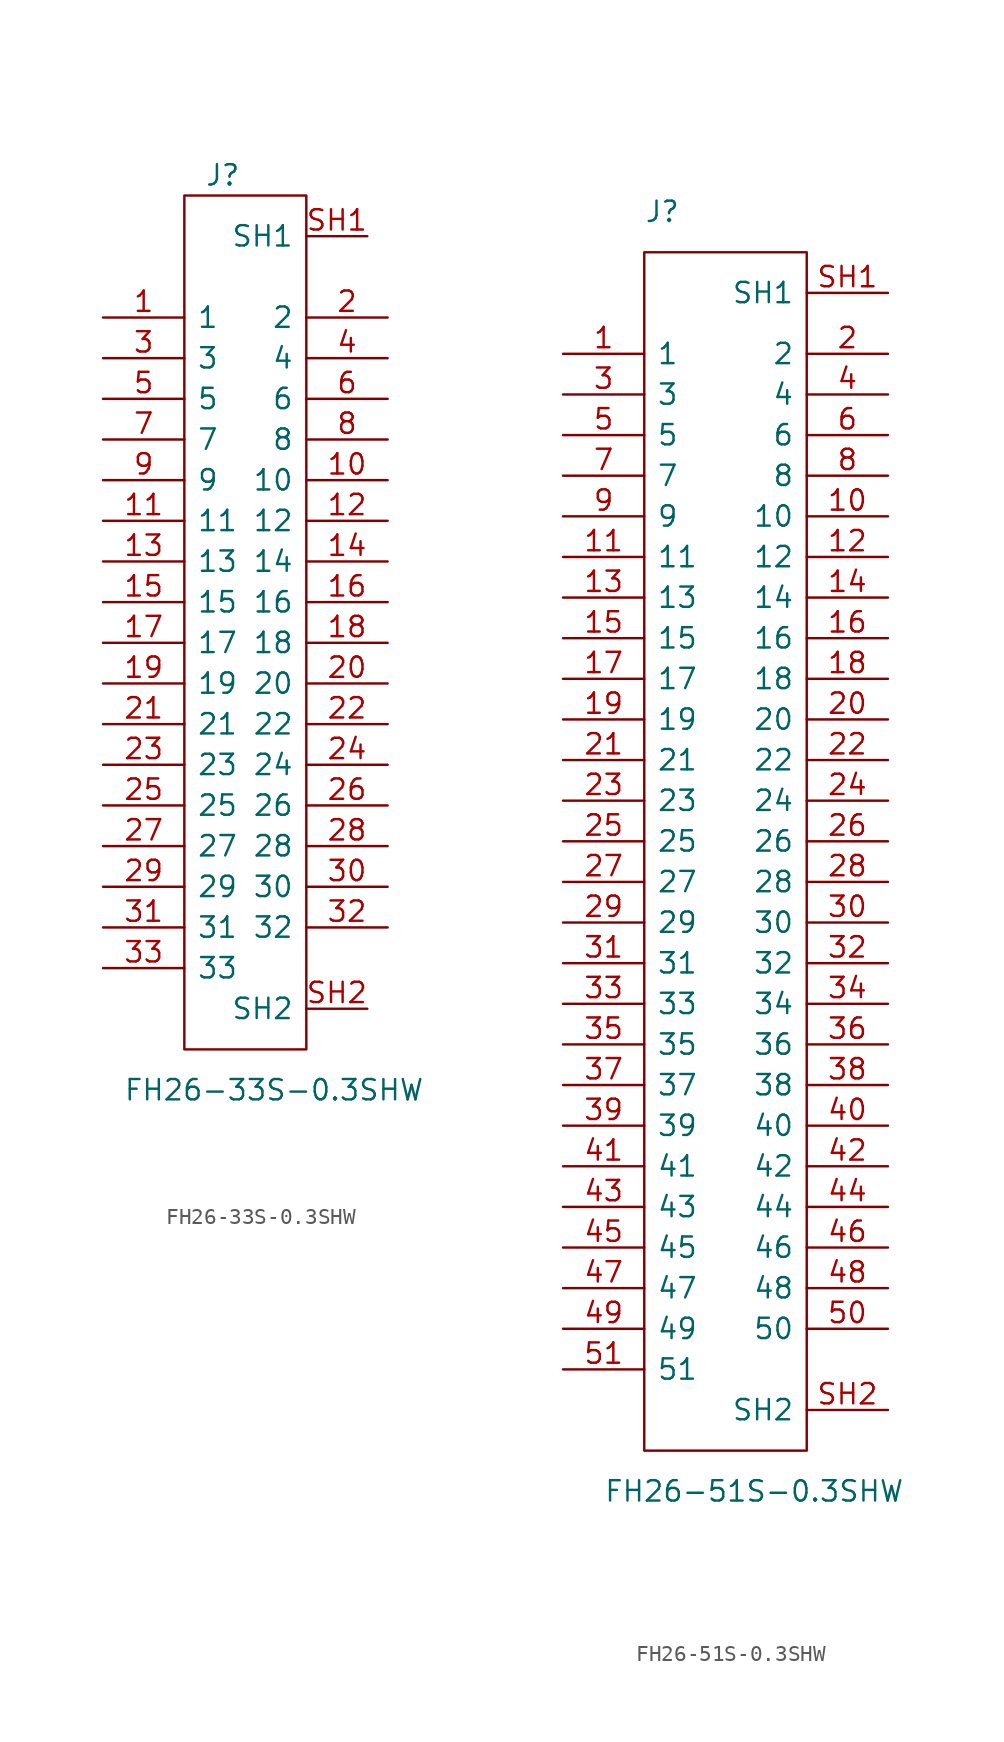
<source format=kicad_sym>
(kicad_symbol_lib
  (version 20241209)
  (generator "kicad_symbol_editor")
  (generator_version "9.0")
  (symbol "FH26-33S-0.3SHW"
    (pin_names
      (offset 0.762))
    (property "Reference" "J"
      (at -2.54 29.21 0)
      (effects (font (size 1.27 1.27)) (justify left)))
    (property "Value" "FH26-33S-0.3SHW"
      (at -7.62 -27.94 0)
      (effects (font (size 1.27 1.27)) (justify left)))
    (symbol "FH26-33S-0.3SHW_0_0"
      (pin bidirectional line (at -8.89 20.32 0) (length 5.08) (name "1" (effects (font (size 1.27 1.27)))) (number "1" (effects (font (size 1.27 1.27)))))
      (pin bidirectional line (at -8.89 17.78 0) (length 5.08) (name "3" (effects (font (size 1.27 1.27)))) (number "3" (effects (font (size 1.27 1.27)))))
      (pin bidirectional line (at -8.89 15.24 0) (length 5.08) (name "5" (effects (font (size 1.27 1.27)))) (number "5" (effects (font (size 1.27 1.27)))))
      (pin bidirectional line (at -8.89 12.7 0) (length 5.08) (name "7" (effects (font (size 1.27 1.27)))) (number "7" (effects (font (size 1.27 1.27)))))
      (pin bidirectional line (at -8.89 10.16 0) (length 5.08) (name "9" (effects (font (size 1.27 1.27)))) (number "9" (effects (font (size 1.27 1.27)))))
      (pin bidirectional line (at -8.89 7.62 0) (length 5.08) (name "11" (effects (font (size 1.27 1.27)))) (number "11" (effects (font (size 1.27 1.27)))))
      (pin bidirectional line (at -8.89 5.08 0) (length 5.08) (name "13" (effects (font (size 1.27 1.27)))) (number "13" (effects (font (size 1.27 1.27)))))
      (pin bidirectional line (at -8.89 2.54 0) (length 5.08) (name "15" (effects (font (size 1.27 1.27)))) (number "15" (effects (font (size 1.27 1.27)))))
      (pin bidirectional line (at -8.89 0 0) (length 5.08) (name "17" (effects (font (size 1.27 1.27)))) (number "17" (effects (font (size 1.27 1.27)))))
      (pin bidirectional line (at -8.89 -2.54 0) (length 5.08) (name "19" (effects (font (size 1.27 1.27)))) (number "19" (effects (font (size 1.27 1.27)))))
      (pin bidirectional line (at -8.89 -5.08 0) (length 5.08) (name "21" (effects (font (size 1.27 1.27)))) (number "21" (effects (font (size 1.27 1.27)))))
      (pin bidirectional line (at -8.89 -7.62 0) (length 5.08) (name "23" (effects (font (size 1.27 1.27)))) (number "23" (effects (font (size 1.27 1.27)))))
      (pin bidirectional line (at -8.89 -10.16 0) (length 5.08) (name "25" (effects (font (size 1.27 1.27)))) (number "25" (effects (font (size 1.27 1.27)))))
      (pin bidirectional line (at -8.89 -12.7 0) (length 5.08) (name "27" (effects (font (size 1.27 1.27)))) (number "27" (effects (font (size 1.27 1.27)))))
      (pin bidirectional line (at -8.89 -15.24 0) (length 5.08) (name "29" (effects (font (size 1.27 1.27)))) (number "29" (effects (font (size 1.27 1.27)))))
      (pin bidirectional line (at -8.89 -17.78 0) (length 5.08) (name "31" (effects (font (size 1.27 1.27)))) (number "31" (effects (font (size 1.27 1.27)))))
      (pin bidirectional line (at -8.89 -20.32 0) (length 5.08) (name "33" (effects (font (size 1.27 1.27)))) (number "33" (effects (font (size 1.27 1.27)))))
      (pin bidirectional line (at 8.89 20.32 180) (length 5.08) (name "2" (effects (font (size 1.27 1.27)))) (number "2" (effects (font (size 1.27 1.27)))))
      (pin bidirectional line (at 8.89 17.78 180) (length 5.08) (name "4" (effects (font (size 1.27 1.27)))) (number "4" (effects (font (size 1.27 1.27)))))
      (pin bidirectional line (at 8.89 15.24 180) (length 5.08) (name "6" (effects (font (size 1.27 1.27)))) (number "6" (effects (font (size 1.27 1.27)))))
      (pin bidirectional line (at 8.89 12.7 180) (length 5.08) (name "8" (effects (font (size 1.27 1.27)))) (number "8" (effects (font (size 1.27 1.27)))))
      (pin bidirectional line (at 8.89 10.16 180) (length 5.08) (name "10" (effects (font (size 1.27 1.27)))) (number "10" (effects (font (size 1.27 1.27)))))
      (pin bidirectional line (at 8.89 7.62 180) (length 5.08) (name "12" (effects (font (size 1.27 1.27)))) (number "12" (effects (font (size 1.27 1.27)))))
      (pin bidirectional line (at 8.89 5.08 180) (length 5.08) (name "14" (effects (font (size 1.27 1.27)))) (number "14" (effects (font (size 1.27 1.27)))))
      (pin bidirectional line (at 8.89 2.54 180) (length 5.08) (name "16" (effects (font (size 1.27 1.27)))) (number "16" (effects (font (size 1.27 1.27)))))
      (pin bidirectional line (at 8.89 0 180) (length 5.08) (name "18" (effects (font (size 1.27 1.27)))) (number "18" (effects (font (size 1.27 1.27)))))
      (pin bidirectional line (at 8.89 -2.54 180) (length 5.08) (name "20" (effects (font (size 1.27 1.27)))) (number "20" (effects (font (size 1.27 1.27)))))
      (pin bidirectional line (at 8.89 -5.08 180) (length 5.08) (name "22" (effects (font (size 1.27 1.27)))) (number "22" (effects (font (size 1.27 1.27)))))
      (pin bidirectional line (at 8.89 -7.62 180) (length 5.08) (name "24" (effects (font (size 1.27 1.27)))) (number "24" (effects (font (size 1.27 1.27)))))
      (pin bidirectional line (at 8.89 -10.16 180) (length 5.08) (name "26" (effects (font (size 1.27 1.27)))) (number "26" (effects (font (size 1.27 1.27)))))
      (pin bidirectional line (at 8.89 -12.7 180) (length 5.08) (name "28" (effects (font (size 1.27 1.27)))) (number "28" (effects (font (size 1.27 1.27)))))
      (pin bidirectional line (at 8.89 -15.24 180) (length 5.08) (name "30" (effects (font (size 1.27 1.27)))) (number "30" (effects (font (size 1.27 1.27)))))
      (pin bidirectional line (at 8.89 -17.78 180) (length 5.08) (name "32" (effects (font (size 1.27 1.27)))) (number "32" (effects (font (size 1.27 1.27))))))
    (symbol "FH26-33S-0.3SHW_0_1"
      (polyline (pts (xy -3.81 27.94) (xy 3.81 27.94) (xy 3.81 -25.4) (xy -3.81 -25.4) (xy -3.81 27.94)) (stroke (width 0.152) (type solid)) (fill (type none))))
    (symbol "FH26-33S-0.3SHW_1_1"
      (pin unspecified line (at 7.62 25.4 180) (length 3.81) (name "SH1" (effects (font (size 1.27 1.27)))) (number "SH1" (effects (font (size 1.27 1.27)))))
      (pin unspecified line (at 7.62 -22.86 180) (length 3.81) (name "SH2" (effects (font (size 1.27 1.27)))) (number "SH2" (effects (font (size 1.27 1.27)))))))
  (symbol "FH26-51S-0.3SHW"
    (pin_names
      (offset 0.762))
    (property "Reference" "J"
      (at -5.08 41.91 0)
      (effects (font (size 1.27 1.27)) (justify left)))
    (property "Value" "FH26-51S-0.3SHW"
      (at -7.62 -38.1 0)
      (effects (font (size 1.27 1.27)) (justify left)))
    (symbol "FH26-51S-0.3SHW_0_0"
      (pin bidirectional line (at -10.16 33.02 0) (length 5.08) (name "1" (effects (font (size 1.27 1.27)))) (number "1" (effects (font (size 1.27 1.27)))))
      (pin bidirectional line (at -10.16 30.48 0) (length 5.08) (name "3" (effects (font (size 1.27 1.27)))) (number "3" (effects (font (size 1.27 1.27)))))
      (pin bidirectional line (at -10.16 27.94 0) (length 5.08) (name "5" (effects (font (size 1.27 1.27)))) (number "5" (effects (font (size 1.27 1.27)))))
      (pin bidirectional line (at -10.16 25.4 0) (length 5.08) (name "7" (effects (font (size 1.27 1.27)))) (number "7" (effects (font (size 1.27 1.27)))))
      (pin bidirectional line (at -10.16 22.86 0) (length 5.08) (name "9" (effects (font (size 1.27 1.27)))) (number "9" (effects (font (size 1.27 1.27)))))
      (pin bidirectional line (at -10.16 20.32 0) (length 5.08) (name "11" (effects (font (size 1.27 1.27)))) (number "11" (effects (font (size 1.27 1.27)))))
      (pin bidirectional line (at -10.16 17.78 0) (length 5.08) (name "13" (effects (font (size 1.27 1.27)))) (number "13" (effects (font (size 1.27 1.27)))))
      (pin bidirectional line (at -10.16 15.24 0) (length 5.08) (name "15" (effects (font (size 1.27 1.27)))) (number "15" (effects (font (size 1.27 1.27)))))
      (pin bidirectional line (at -10.16 12.7 0) (length 5.08) (name "17" (effects (font (size 1.27 1.27)))) (number "17" (effects (font (size 1.27 1.27)))))
      (pin bidirectional line (at -10.16 10.16 0) (length 5.08) (name "19" (effects (font (size 1.27 1.27)))) (number "19" (effects (font (size 1.27 1.27)))))
      (pin bidirectional line (at -10.16 7.62 0) (length 5.08) (name "21" (effects (font (size 1.27 1.27)))) (number "21" (effects (font (size 1.27 1.27)))))
      (pin bidirectional line (at -10.16 5.08 0) (length 5.08) (name "23" (effects (font (size 1.27 1.27)))) (number "23" (effects (font (size 1.27 1.27)))))
      (pin bidirectional line (at -10.16 2.54 0) (length 5.08) (name "25" (effects (font (size 1.27 1.27)))) (number "25" (effects (font (size 1.27 1.27)))))
      (pin bidirectional line (at -10.16 0 0) (length 5.08) (name "27" (effects (font (size 1.27 1.27)))) (number "27" (effects (font (size 1.27 1.27)))))
      (pin bidirectional line (at -10.16 -2.54 0) (length 5.08) (name "29" (effects (font (size 1.27 1.27)))) (number "29" (effects (font (size 1.27 1.27)))))
      (pin bidirectional line (at -10.16 -5.08 0) (length 5.08) (name "31" (effects (font (size 1.27 1.27)))) (number "31" (effects (font (size 1.27 1.27)))))
      (pin bidirectional line (at -10.16 -7.62 0) (length 5.08) (name "33" (effects (font (size 1.27 1.27)))) (number "33" (effects (font (size 1.27 1.27)))))
      (pin bidirectional line (at -10.16 -10.16 0) (length 5.08) (name "35" (effects (font (size 1.27 1.27)))) (number "35" (effects (font (size 1.27 1.27)))))
      (pin bidirectional line (at -10.16 -12.7 0) (length 5.08) (name "37" (effects (font (size 1.27 1.27)))) (number "37" (effects (font (size 1.27 1.27)))))
      (pin bidirectional line (at -10.16 -15.24 0) (length 5.08) (name "39" (effects (font (size 1.27 1.27)))) (number "39" (effects (font (size 1.27 1.27)))))
      (pin bidirectional line (at -10.16 -17.78 0) (length 5.08) (name "41" (effects (font (size 1.27 1.27)))) (number "41" (effects (font (size 1.27 1.27)))))
      (pin bidirectional line (at -10.16 -20.32 0) (length 5.08) (name "43" (effects (font (size 1.27 1.27)))) (number "43" (effects (font (size 1.27 1.27)))))
      (pin bidirectional line (at -10.16 -22.86 0) (length 5.08) (name "45" (effects (font (size 1.27 1.27)))) (number "45" (effects (font (size 1.27 1.27)))))
      (pin bidirectional line (at -10.16 -25.4 0) (length 5.08) (name "47" (effects (font (size 1.27 1.27)))) (number "47" (effects (font (size 1.27 1.27)))))
      (pin bidirectional line (at -10.16 -27.94 0) (length 5.08) (name "49" (effects (font (size 1.27 1.27)))) (number "49" (effects (font (size 1.27 1.27)))))
      (pin bidirectional line (at -10.16 -30.48 0) (length 5.08) (name "51" (effects (font (size 1.27 1.27)))) (number "51" (effects (font (size 1.27 1.27)))))
      (pin bidirectional line (at 10.16 36.83 180) (length 5.08) (name "SH1" (effects (font (size 1.27 1.27)))) (number "SH1" (effects (font (size 1.27 1.27)))))
      (pin bidirectional line (at 10.16 33.02 180) (length 5.08) (name "2" (effects (font (size 1.27 1.27)))) (number "2" (effects (font (size 1.27 1.27)))))
      (pin bidirectional line (at 10.16 30.48 180) (length 5.08) (name "4" (effects (font (size 1.27 1.27)))) (number "4" (effects (font (size 1.27 1.27)))))
      (pin bidirectional line (at 10.16 27.94 180) (length 5.08) (name "6" (effects (font (size 1.27 1.27)))) (number "6" (effects (font (size 1.27 1.27)))))
      (pin bidirectional line (at 10.16 25.4 180) (length 5.08) (name "8" (effects (font (size 1.27 1.27)))) (number "8" (effects (font (size 1.27 1.27)))))
      (pin bidirectional line (at 10.16 22.86 180) (length 5.08) (name "10" (effects (font (size 1.27 1.27)))) (number "10" (effects (font (size 1.27 1.27)))))
      (pin bidirectional line (at 10.16 20.32 180) (length 5.08) (name "12" (effects (font (size 1.27 1.27)))) (number "12" (effects (font (size 1.27 1.27)))))
      (pin bidirectional line (at 10.16 17.78 180) (length 5.08) (name "14" (effects (font (size 1.27 1.27)))) (number "14" (effects (font (size 1.27 1.27)))))
      (pin bidirectional line (at 10.16 15.24 180) (length 5.08) (name "16" (effects (font (size 1.27 1.27)))) (number "16" (effects (font (size 1.27 1.27)))))
      (pin bidirectional line (at 10.16 12.7 180) (length 5.08) (name "18" (effects (font (size 1.27 1.27)))) (number "18" (effects (font (size 1.27 1.27)))))
      (pin bidirectional line (at 10.16 10.16 180) (length 5.08) (name "20" (effects (font (size 1.27 1.27)))) (number "20" (effects (font (size 1.27 1.27)))))
      (pin bidirectional line (at 10.16 7.62 180) (length 5.08) (name "22" (effects (font (size 1.27 1.27)))) (number "22" (effects (font (size 1.27 1.27)))))
      (pin bidirectional line (at 10.16 5.08 180) (length 5.08) (name "24" (effects (font (size 1.27 1.27)))) (number "24" (effects (font (size 1.27 1.27)))))
      (pin bidirectional line (at 10.16 2.54 180) (length 5.08) (name "26" (effects (font (size 1.27 1.27)))) (number "26" (effects (font (size 1.27 1.27)))))
      (pin bidirectional line (at 10.16 0 180) (length 5.08) (name "28" (effects (font (size 1.27 1.27)))) (number "28" (effects (font (size 1.27 1.27)))))
      (pin bidirectional line (at 10.16 -2.54 180) (length 5.08) (name "30" (effects (font (size 1.27 1.27)))) (number "30" (effects (font (size 1.27 1.27)))))
      (pin bidirectional line (at 10.16 -5.08 180) (length 5.08) (name "32" (effects (font (size 1.27 1.27)))) (number "32" (effects (font (size 1.27 1.27)))))
      (pin bidirectional line (at 10.16 -7.62 180) (length 5.08) (name "34" (effects (font (size 1.27 1.27)))) (number "34" (effects (font (size 1.27 1.27)))))
      (pin bidirectional line (at 10.16 -10.16 180) (length 5.08) (name "36" (effects (font (size 1.27 1.27)))) (number "36" (effects (font (size 1.27 1.27)))))
      (pin bidirectional line (at 10.16 -12.7 180) (length 5.08) (name "38" (effects (font (size 1.27 1.27)))) (number "38" (effects (font (size 1.27 1.27)))))
      (pin bidirectional line (at 10.16 -15.24 180) (length 5.08) (name "40" (effects (font (size 1.27 1.27)))) (number "40" (effects (font (size 1.27 1.27)))))
      (pin bidirectional line (at 10.16 -17.78 180) (length 5.08) (name "42" (effects (font (size 1.27 1.27)))) (number "42" (effects (font (size 1.27 1.27)))))
      (pin bidirectional line (at 10.16 -20.32 180) (length 5.08) (name "44" (effects (font (size 1.27 1.27)))) (number "44" (effects (font (size 1.27 1.27)))))
      (pin bidirectional line (at 10.16 -22.86 180) (length 5.08) (name "46" (effects (font (size 1.27 1.27)))) (number "46" (effects (font (size 1.27 1.27)))))
      (pin bidirectional line (at 10.16 -25.4 180) (length 5.08) (name "48" (effects (font (size 1.27 1.27)))) (number "48" (effects (font (size 1.27 1.27)))))
      (pin bidirectional line (at 10.16 -27.94 180) (length 5.08) (name "50" (effects (font (size 1.27 1.27)))) (number "50" (effects (font (size 1.27 1.27))))))
    (symbol "FH26-51S-0.3SHW_0_1"
      (polyline (pts (xy -5.08 39.37) (xy 5.08 39.37) (xy 5.08 -35.56) (xy -5.08 -35.56) (xy -5.08 39.37)) (stroke (width 0.152) (type solid)) (fill (type none))))
    (symbol "FH26-51S-0.3SHW_1_0"
      (pin bidirectional line (at 10.16 -33.02 180) (length 5.08) (name "SH2" (effects (font (size 1.27 1.27)))) (number "SH2" (effects (font (size 1.27 1.27))))))))
</source>
